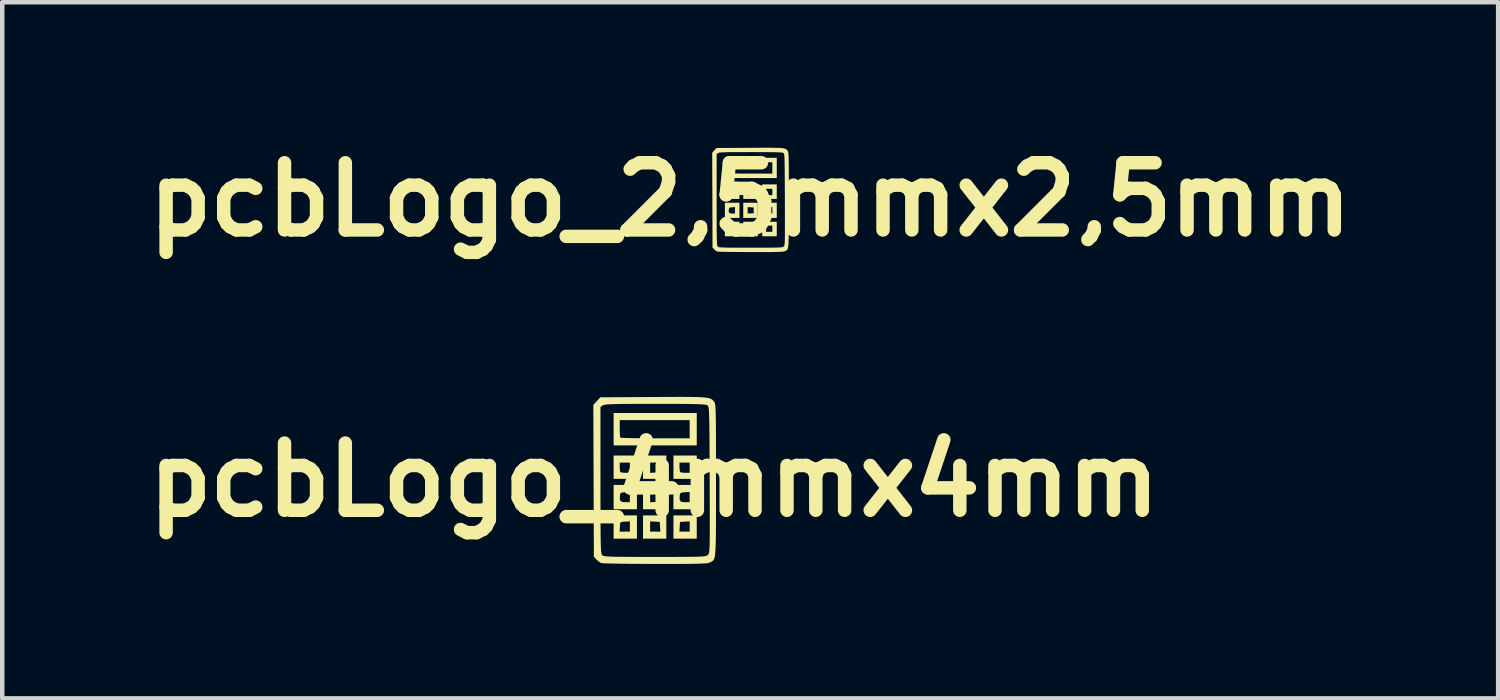
<source format=kicad_pcb>
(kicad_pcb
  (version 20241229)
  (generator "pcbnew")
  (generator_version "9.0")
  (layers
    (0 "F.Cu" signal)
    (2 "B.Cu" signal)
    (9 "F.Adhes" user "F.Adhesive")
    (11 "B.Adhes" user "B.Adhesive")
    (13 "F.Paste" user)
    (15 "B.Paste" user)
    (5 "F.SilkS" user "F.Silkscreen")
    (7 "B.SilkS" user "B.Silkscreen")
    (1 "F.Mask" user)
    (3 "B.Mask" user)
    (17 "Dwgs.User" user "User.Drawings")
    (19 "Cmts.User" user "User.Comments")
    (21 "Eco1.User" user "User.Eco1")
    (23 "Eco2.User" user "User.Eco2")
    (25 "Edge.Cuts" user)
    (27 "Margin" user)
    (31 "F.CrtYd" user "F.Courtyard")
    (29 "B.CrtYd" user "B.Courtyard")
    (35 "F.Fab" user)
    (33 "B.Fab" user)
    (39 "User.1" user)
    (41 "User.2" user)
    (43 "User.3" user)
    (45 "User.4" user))
  (footprint "pcbLogo_2,5mmx2,5mm"
    (layer "F.Cu")
    (at 13.693 1.404)
    (property "Reference" "pcbLogo_2,5mmx2,5mm" (at 0 0 0) (layer "F.SilkS") (effects (font (size 1.5 1.5) (thickness 0.3))))
    (attr board_only exclude_from_pos_files exclude_from_bom)
    (fp_poly (pts (xy -0.24 0.657) (xy -0.24 0.819) (xy -0.403 0.819) (xy -0.565 0.819) (xy -0.565 0.72) (xy -0.482 0.72) (xy -0.41 0.72) (xy -0.339 0.72) (xy -0.339 0.649) (xy -0.339 0.578) (xy -0.406 0.582) (xy -0.473 0.586) (xy -0.478 0.653) (xy -0.482 0.72) (xy -0.565 0.72) (xy -0.565 0.657) (xy -0.565 0.494) (xy -0.403 0.494) (xy -0.24 0.494)) (stroke (width 0) (type solid)) (fill yes) (layer "F.SilkS"))
    (fp_poly (pts (xy 0.17 -0.177) (xy 0.17 -0.014) (xy 0.007 -0.014) (xy -0.155 -0.014) (xy -0.155 -0.177) (xy -0.155 -0.24) (xy -0.057 -0.24) (xy -0.057 -0.169) (xy -0.057 -0.097) (xy 0.011 -0.102) (xy 0.078 -0.106) (xy 0.082 -0.173) (xy 0.086 -0.24) (xy 0.015 -0.24) (xy -0.057 -0.24) (xy -0.155 -0.24) (xy -0.155 -0.339) (xy 0.007 -0.339) (xy 0.17 -0.339)) (stroke (width 0) (type solid)) (fill yes) (layer "F.SilkS"))
    (fp_poly (pts (xy 0.17 0.24) (xy 0.17 0.41) (xy 0.007 0.41) (xy -0.155 0.41) (xy -0.155 0.24) (xy -0.155 0.168) (xy -0.057 0.168) (xy -0.057 0.24) (xy -0.057 0.312) (xy 0.011 0.308) (xy 0.078 0.304) (xy 0.078 0.24) (xy 0.078 0.177) (xy 0.011 0.172) (xy -0.057 0.168) (xy -0.155 0.168) (xy -0.155 0.071) (xy 0.007 0.071) (xy 0.17 0.071)) (stroke (width 0) (type solid)) (fill yes) (layer "F.SilkS"))
    (fp_poly (pts (xy 0.17 0.657) (xy 0.17 0.819) (xy 0.007 0.819) (xy -0.155 0.819) (xy -0.155 0.657) (xy -0.155 0.578) (xy -0.057 0.578) (xy -0.057 0.649) (xy -0.057 0.72) (xy 0.015 0.72) (xy 0.086 0.72) (xy 0.082 0.653) (xy 0.078 0.586) (xy 0.011 0.582) (xy -0.057 0.578) (xy -0.155 0.578) (xy -0.155 0.494) (xy 0.007 0.494) (xy 0.17 0.494)) (stroke (width 0) (type solid)) (fill yes) (layer "F.SilkS"))
    (fp_poly (pts (xy 0.593 0.657) (xy 0.593 0.819) (xy 0.431 0.819) (xy 0.268 0.819) (xy 0.268 0.72) (xy 0.352 0.72) (xy 0.423 0.72) (xy 0.494 0.72) (xy 0.494 0.649) (xy 0.494 0.578) (xy 0.427 0.582) (xy 0.36 0.586) (xy 0.356 0.653) (xy 0.352 0.72) (xy 0.268 0.72) (xy 0.268 0.657) (xy 0.268 0.494) (xy 0.431 0.494) (xy 0.593 0.494)) (stroke (width 0) (type solid)) (fill yes) (layer "F.SilkS"))
    (fp_poly (pts (xy -0.24 -0.177) (xy -0.24 -0.014) (xy -0.403 -0.014) (xy -0.565 -0.014) (xy -0.565 -0.177) (xy -0.565 -0.24) (xy -0.48 -0.24) (xy -0.48 -0.179) (xy -0.478 -0.139) (xy -0.473 -0.113) (xy -0.471 -0.108) (xy -0.452 -0.103) (xy -0.416 -0.099) (xy -0.4 -0.099) (xy -0.339 -0.099) (xy -0.339 -0.17) (xy -0.339 -0.24) (xy -0.41 -0.24) (xy -0.48 -0.24) (xy -0.565 -0.24) (xy -0.565 -0.339) (xy -0.403 -0.339) (xy -0.24 -0.339)) (stroke (width 0) (type solid)) (fill yes) (layer "F.SilkS"))
    (fp_poly (pts (xy -0.24 0.24) (xy -0.24 0.41) (xy -0.403 0.41) (xy -0.565 0.41) (xy -0.565 0.272) (xy -0.479 0.272) (xy -0.467 0.298) (xy -0.437 0.309) (xy -0.403 0.311) (xy -0.339 0.311) (xy -0.339 0.239) (xy -0.339 0.168) (xy -0.406 0.172) (xy -0.447 0.176) (xy -0.467 0.185) (xy -0.475 0.204) (xy -0.478 0.224) (xy -0.479 0.272) (xy -0.565 0.272) (xy -0.565 0.24) (xy -0.565 0.071) (xy -0.403 0.071) (xy -0.24 0.071)) (stroke (width 0) (type solid)) (fill yes) (layer "F.SilkS"))
    (fp_poly (pts (xy 0.593 -0.177) (xy 0.593 -0.014) (xy 0.431 -0.014) (xy 0.268 -0.014) (xy 0.268 -0.177) (xy 0.268 -0.24) (xy 0.353 -0.24) (xy 0.353 -0.179) (xy 0.355 -0.139) (xy 0.36 -0.113) (xy 0.363 -0.108) (xy 0.381 -0.103) (xy 0.417 -0.099) (xy 0.433 -0.099) (xy 0.494 -0.099) (xy 0.494 -0.17) (xy 0.494 -0.24) (xy 0.424 -0.24) (xy 0.353 -0.24) (xy 0.268 -0.24) (xy 0.268 -0.339) (xy 0.431 -0.339) (xy 0.593 -0.339)) (stroke (width 0) (type solid)) (fill yes) (layer "F.SilkS"))
    (fp_poly (pts (xy 0.593 0.24) (xy 0.593 0.41) (xy 0.431 0.41) (xy 0.268 0.41) (xy 0.268 0.272) (xy 0.355 0.272) (xy 0.366 0.298) (xy 0.396 0.309) (xy 0.43 0.311) (xy 0.494 0.311) (xy 0.494 0.239) (xy 0.494 0.168) (xy 0.427 0.172) (xy 0.387 0.176) (xy 0.366 0.185) (xy 0.358 0.204) (xy 0.356 0.224) (xy 0.355 0.272) (xy 0.268 0.272) (xy 0.268 0.24) (xy 0.268 0.071) (xy 0.431 0.071) (xy 0.593 0.071)) (stroke (width 0) (type solid)) (fill yes) (layer "F.SilkS"))
    (fp_poly (pts (xy 0.593 -0.706) (xy 0.593 -0.48) (xy 0.014 -0.48) (xy -0.565 -0.48) (xy -0.565 -0.706) (xy -0.565 -0.833) (xy -0.48 -0.833) (xy -0.48 -0.716) (xy -0.479 -0.661) (xy -0.476 -0.617) (xy -0.472 -0.592) (xy -0.471 -0.589) (xy -0.455 -0.586) (xy -0.414 -0.584) (xy -0.352 -0.583) (xy -0.271 -0.581) (xy -0.176 -0.58) (xy -0.069 -0.579) (xy 0.016 -0.579) (xy 0.494 -0.579) (xy 0.494 -0.706) (xy 0.494 -0.833) (xy 0.007 -0.833) (xy -0.48 -0.833) (xy -0.565 -0.833) (xy -0.565 -0.932) (xy 0.014 -0.932) (xy 0.593 -0.932)) (stroke (width 0) (type solid)) (fill yes) (layer "F.SilkS"))
    (fp_poly (pts (xy 0.421 -1.157) (xy 0.52 -1.156) (xy 0.6 -1.154) (xy 0.663 -1.152) (xy 0.712 -1.148) (xy 0.749 -1.143) (xy 0.776 -1.136) (xy 0.796 -1.127) (xy 0.811 -1.117) (xy 0.824 -1.104) (xy 0.834 -1.091) (xy 0.839 -1.084) (xy 0.844 -1.075) (xy 0.848 -1.062) (xy 0.851 -1.043) (xy 0.854 -1.017) (xy 0.856 -0.982) (xy 0.858 -0.935) (xy 0.859 -0.874) (xy 0.86 -0.798) (xy 0.861 -0.705) (xy 0.861 -0.592) (xy 0.862 -0.458) (xy 0.862 -0.301) (xy 0.862 -0.119) (xy 0.862 0.006) (xy 0.862 0.208) (xy 0.862 0.384) (xy 0.862 0.536) (xy 0.861 0.665) (xy 0.86 0.773) (xy 0.859 0.863) (xy 0.856 0.936) (xy 0.853 0.994) (xy 0.849 1.039) (xy 0.844 1.073) (xy 0.837 1.097) (xy 0.829 1.115) (xy 0.82 1.127) (xy 0.808 1.136) (xy 0.795 1.143) (xy 0.78 1.15) (xy 0.777 1.151) (xy 0.764 1.156) (xy 0.745 1.16) (xy 0.716 1.164) (xy 0.676 1.166) (xy 0.623 1.168) (xy 0.553 1.17) (xy 0.465 1.171) (xy 0.357 1.171) (xy 0.225 1.172) (xy 0.069 1.172) (xy 0.011 1.172) (xy -0.13 1.171) (xy -0.263 1.17) (xy -0.386 1.169) (xy -0.495 1.168) (xy -0.587 1.166) (xy -0.661 1.164) (xy -0.712 1.162) (xy -0.739 1.16) (xy -0.742 1.159) (xy -0.77 1.141) (xy -0.803 1.112) (xy -0.805 1.109) (xy -0.841 1.071) (xy -0.844 0.013) (xy -0.844 0.003) (xy -0.749 0.003) (xy -0.749 0.198) (xy -0.749 0.367) (xy -0.748 0.512) (xy -0.748 0.634) (xy -0.747 0.736) (xy -0.746 0.819) (xy -0.745 0.886) (xy -0.743 0.938) (xy -0.741 0.977) (xy -0.738 1.005) (xy -0.735 1.025) (xy -0.731 1.038) (xy -0.727 1.046) (xy -0.725 1.048) (xy -0.719 1.054) (xy -0.709 1.059) (xy -0.694 1.063) (xy -0.67 1.066) (xy -0.637 1.068) (xy -0.59 1.07) (xy -0.529 1.072) (xy -0.45 1.073) (xy -0.351 1.073) (xy -0.23 1.074) (xy -0.084 1.074) (xy 0.009 1.074) (xy 0.169 1.074) (xy 0.303 1.073) (xy 0.414 1.073) (xy 0.504 1.072) (xy 0.575 1.071) (xy 0.629 1.07) (xy 0.67 1.068) (xy 0.699 1.065) (xy 0.719 1.061) (xy 0.733 1.057) (xy 0.742 1.051) (xy 0.749 1.045) (xy 0.754 1.039) (xy 0.759 1.032) (xy 0.763 1.021) (xy 0.766 1.004) (xy 0.769 0.98) (xy 0.771 0.947) (xy 0.773 0.902) (xy 0.774 0.843) (xy 0.775 0.77) (xy 0.775 0.679) (xy 0.775 0.568) (xy 0.775 0.436) (xy 0.775 0.281) (xy 0.774 0.101) (xy 0.774 -0.001) (xy 0.773 -0.195) (xy 0.772 -0.363) (xy 0.771 -0.507) (xy 0.771 -0.628) (xy 0.77 -0.728) (xy 0.768 -0.811) (xy 0.767 -0.876) (xy 0.765 -0.927) (xy 0.763 -0.966) (xy 0.76 -0.994) (xy 0.757 -1.013) (xy 0.753 -1.026) (xy 0.749 -1.033) (xy 0.744 -1.038) (xy 0.742 -1.039) (xy 0.732 -1.044) (xy 0.713 -1.048) (xy 0.684 -1.051) (xy 0.642 -1.054) (xy 0.585 -1.056) (xy 0.51 -1.057) (xy 0.416 -1.058) (xy 0.3 -1.059) (xy 0.16 -1.059) (xy 0.015 -1.06) (xy -0.147 -1.059) (xy -0.282 -1.059) (xy -0.393 -1.059) (xy -0.484 -1.058) (xy -0.555 -1.056) (xy -0.611 -1.054) (xy -0.652 -1.052) (xy -0.681 -1.049) (xy -0.7 -1.045) (xy -0.713 -1.04) (xy -0.717 -1.038) (xy -0.749 -1.016) (xy -0.749 0.003) (xy -0.844 0.003) (xy -0.848 -1.045) (xy -0.8 -1.098) (xy -0.751 -1.151) (xy -0.012 -1.155) (xy 0.158 -1.156) (xy 0.301 -1.157)) (stroke (width 0) (type solid)) (fill yes) (layer "F.SilkS")))
  (footprint "pcbLogo_4mmx4mm"
    (layer "F.Cu")
    (at 11.55 7.66)
    (property "Reference" "pcbLogo_4mmx4mm" (at 0 0 0) (layer "F.SilkS") (effects (font (size 1.5 1.5) (thickness 0.3))))
    (attr board_only exclude_from_pos_files exclude_from_bom)
    (fp_poly (pts (xy -0.385 1.052) (xy -0.385 1.312) (xy -0.645 1.312) (xy -0.905 1.312) (xy -0.905 1.154) (xy -0.771 1.154) (xy -0.657 1.154) (xy -0.543 1.154) (xy -0.543 1.039) (xy -0.543 0.925) (xy -0.65 0.932) (xy -0.758 0.939) (xy -0.765 1.046) (xy -0.771 1.154) (xy -0.905 1.154) (xy -0.905 1.052) (xy -0.905 0.792) (xy -0.645 0.792) (xy -0.385 0.792)) (stroke (width 0) (type solid)) (fill yes) (layer "F.SilkS"))
    (fp_poly (pts (xy 0.271 -0.283) (xy 0.271 -0.023) (xy 0.011 -0.023) (xy -0.249 -0.023) (xy -0.249 -0.283) (xy -0.249 -0.385) (xy -0.09 -0.385) (xy -0.09 -0.27) (xy -0.09 -0.156) (xy 0.017 -0.163) (xy 0.124 -0.17) (xy 0.131 -0.277) (xy 0.138 -0.385) (xy 0.024 -0.385) (xy -0.09 -0.385) (xy -0.249 -0.385) (xy -0.249 -0.543) (xy 0.011 -0.543) (xy 0.271 -0.543)) (stroke (width 0) (type solid)) (fill yes) (layer "F.SilkS"))
    (fp_poly (pts (xy 0.271 0.385) (xy 0.271 0.656) (xy 0.011 0.656) (xy -0.249 0.656) (xy -0.249 0.385) (xy -0.249 0.269) (xy -0.09 0.269) (xy -0.09 0.385) (xy -0.09 0.5) (xy 0.017 0.493) (xy 0.124 0.486) (xy 0.124 0.385) (xy 0.124 0.283) (xy 0.017 0.276) (xy -0.09 0.269) (xy -0.249 0.269) (xy -0.249 0.113) (xy 0.011 0.113) (xy 0.271 0.113)) (stroke (width 0) (type solid)) (fill yes) (layer "F.SilkS"))
    (fp_poly (pts (xy 0.271 1.052) (xy 0.271 1.312) (xy 0.011 1.312) (xy -0.249 1.312) (xy -0.249 1.052) (xy -0.249 0.925) (xy -0.09 0.925) (xy -0.09 1.039) (xy -0.09 1.154) (xy 0.024 1.154) (xy 0.138 1.154) (xy 0.131 1.046) (xy 0.124 0.939) (xy 0.017 0.932) (xy -0.09 0.925) (xy -0.249 0.925) (xy -0.249 0.792) (xy 0.011 0.792) (xy 0.271 0.792)) (stroke (width 0) (type solid)) (fill yes) (layer "F.SilkS"))
    (fp_poly (pts (xy 0.95 1.052) (xy 0.95 1.312) (xy 0.69 1.312) (xy 0.43 1.312) (xy 0.43 1.154) (xy 0.563 1.154) (xy 0.677 1.154) (xy 0.792 1.154) (xy 0.792 1.039) (xy 0.792 0.925) (xy 0.684 0.932) (xy 0.577 0.939) (xy 0.57 1.046) (xy 0.563 1.154) (xy 0.43 1.154) (xy 0.43 1.052) (xy 0.43 0.792) (xy 0.69 0.792) (xy 0.95 0.792)) (stroke (width 0) (type solid)) (fill yes) (layer "F.SilkS"))
    (fp_poly (pts (xy -0.385 -0.283) (xy -0.385 -0.023) (xy -0.645 -0.023) (xy -0.905 -0.023) (xy -0.905 -0.283) (xy -0.905 -0.385) (xy -0.769 -0.385) (xy -0.769 -0.286) (xy -0.766 -0.223) (xy -0.758 -0.18) (xy -0.754 -0.173) (xy -0.724 -0.164) (xy -0.666 -0.159) (xy -0.641 -0.158) (xy -0.543 -0.158) (xy -0.543 -0.271) (xy -0.543 -0.385) (xy -0.656 -0.385) (xy -0.769 -0.385) (xy -0.905 -0.385) (xy -0.905 -0.543) (xy -0.645 -0.543) (xy -0.385 -0.543)) (stroke (width 0) (type solid)) (fill yes) (layer "F.SilkS"))
    (fp_poly (pts (xy -0.385 0.385) (xy -0.385 0.656) (xy -0.645 0.656) (xy -0.905 0.656) (xy -0.905 0.435) (xy -0.767 0.435) (xy -0.748 0.477) (xy -0.7 0.495) (xy -0.645 0.498) (xy -0.543 0.498) (xy -0.543 0.383) (xy -0.543 0.269) (xy -0.65 0.276) (xy -0.715 0.282) (xy -0.748 0.296) (xy -0.761 0.326) (xy -0.765 0.358) (xy -0.767 0.435) (xy -0.905 0.435) (xy -0.905 0.385) (xy -0.905 0.113) (xy -0.645 0.113) (xy -0.385 0.113)) (stroke (width 0) (type solid)) (fill yes) (layer "F.SilkS"))
    (fp_poly (pts (xy 0.95 -0.283) (xy 0.95 -0.023) (xy 0.69 -0.023) (xy 0.43 -0.023) (xy 0.43 -0.283) (xy 0.43 -0.385) (xy 0.565 -0.385) (xy 0.565 -0.286) (xy 0.569 -0.223) (xy 0.577 -0.18) (xy 0.581 -0.173) (xy 0.611 -0.164) (xy 0.668 -0.159) (xy 0.694 -0.158) (xy 0.792 -0.158) (xy 0.792 -0.271) (xy 0.792 -0.385) (xy 0.679 -0.385) (xy 0.565 -0.385) (xy 0.43 -0.385) (xy 0.43 -0.543) (xy 0.69 -0.543) (xy 0.95 -0.543)) (stroke (width 0) (type solid)) (fill yes) (layer "F.SilkS"))
    (fp_poly (pts (xy 0.95 0.385) (xy 0.95 0.656) (xy 0.69 0.656) (xy 0.43 0.656) (xy 0.43 0.435) (xy 0.568 0.435) (xy 0.587 0.477) (xy 0.634 0.495) (xy 0.689 0.498) (xy 0.792 0.498) (xy 0.792 0.383) (xy 0.792 0.269) (xy 0.684 0.276) (xy 0.619 0.282) (xy 0.587 0.296) (xy 0.573 0.326) (xy 0.57 0.358) (xy 0.568 0.435) (xy 0.43 0.435) (xy 0.43 0.385) (xy 0.43 0.113) (xy 0.69 0.113) (xy 0.95 0.113)) (stroke (width 0) (type solid)) (fill yes) (layer "F.SilkS"))
    (fp_poly (pts (xy 0.95 -1.131) (xy 0.95 -0.769) (xy 0.023 -0.769) (xy -0.905 -0.769) (xy -0.905 -1.131) (xy -0.905 -1.334) (xy -0.769 -1.334) (xy -0.769 -1.146) (xy -0.767 -1.058) (xy -0.763 -0.987) (xy -0.756 -0.947) (xy -0.754 -0.942) (xy -0.729 -0.939) (xy -0.663 -0.936) (xy -0.563 -0.933) (xy -0.434 -0.93) (xy -0.281 -0.929) (xy -0.11 -0.928) (xy 0.026 -0.927) (xy 0.792 -0.927) (xy 0.792 -1.131) (xy 0.792 -1.334) (xy 0.011 -1.334) (xy -0.769 -1.334) (xy -0.905 -1.334) (xy -0.905 -1.493) (xy 0.023 -1.493) (xy 0.95 -1.493)) (stroke (width 0) (type solid)) (fill yes) (layer "F.SilkS"))
    (fp_poly (pts (xy 0.674 -1.852) (xy 0.832 -1.851) (xy 0.96 -1.848) (xy 1.061 -1.844) (xy 1.14 -1.838) (xy 1.199 -1.829) (xy 1.243 -1.818) (xy 1.275 -1.804) (xy 1.299 -1.788) (xy 1.319 -1.767) (xy 1.335 -1.747) (xy 1.344 -1.735) (xy 1.351 -1.721) (xy 1.357 -1.7) (xy 1.362 -1.671) (xy 1.367 -1.629) (xy 1.37 -1.572) (xy 1.373 -1.496) (xy 1.375 -1.399) (xy 1.377 -1.278) (xy 1.378 -1.128) (xy 1.379 -0.948) (xy 1.379 -0.734) (xy 1.38 -0.482) (xy 1.38 -0.191) (xy 1.38 0.009) (xy 1.38 0.333) (xy 1.38 0.615) (xy 1.379 0.858) (xy 1.379 1.064) (xy 1.377 1.238) (xy 1.375 1.382) (xy 1.371 1.498) (xy 1.366 1.591) (xy 1.36 1.663) (xy 1.351 1.718) (xy 1.34 1.757) (xy 1.328 1.785) (xy 1.312 1.804) (xy 1.294 1.818) (xy 1.273 1.829) (xy 1.248 1.841) (xy 1.244 1.843) (xy 1.223 1.851) (xy 1.192 1.858) (xy 1.146 1.863) (xy 1.083 1.867) (xy 0.997 1.87) (xy 0.885 1.873) (xy 0.745 1.875) (xy 0.571 1.876) (xy 0.36 1.876) (xy 0.11 1.876) (xy 0.018 1.876) (xy -0.208 1.875) (xy -0.421 1.874) (xy -0.617 1.872) (xy -0.792 1.87) (xy -0.94 1.867) (xy -1.058 1.864) (xy -1.14 1.86) (xy -1.183 1.857) (xy -1.187 1.856) (xy -1.234 1.827) (xy -1.285 1.781) (xy -1.289 1.776) (xy -1.346 1.715) (xy -1.352 0.021) (xy -1.352 0.005) (xy -1.199 0.005) (xy -1.199 0.318) (xy -1.198 0.588) (xy -1.198 0.82) (xy -1.197 1.015) (xy -1.196 1.178) (xy -1.194 1.311) (xy -1.192 1.418) (xy -1.189 1.501) (xy -1.186 1.564) (xy -1.182 1.61) (xy -1.176 1.641) (xy -1.171 1.662) (xy -1.164 1.675) (xy -1.161 1.678) (xy -1.151 1.687) (xy -1.135 1.695) (xy -1.11 1.701) (xy -1.073 1.706) (xy -1.019 1.71) (xy -0.945 1.714) (xy -0.846 1.716) (xy -0.72 1.717) (xy -0.562 1.718) (xy -0.368 1.719) (xy -0.135 1.719) (xy 0.015 1.719) (xy 0.271 1.719) (xy 0.486 1.719) (xy 0.663 1.718) (xy 0.807 1.717) (xy 0.92 1.715) (xy 1.008 1.713) (xy 1.073 1.709) (xy 1.12 1.705) (xy 1.152 1.699) (xy 1.173 1.692) (xy 1.188 1.684) (xy 1.199 1.673) (xy 1.208 1.664) (xy 1.215 1.652) (xy 1.222 1.634) (xy 1.227 1.608) (xy 1.231 1.569) (xy 1.235 1.516) (xy 1.238 1.444) (xy 1.239 1.35) (xy 1.241 1.232) (xy 1.241 1.087) (xy 1.241 0.91) (xy 1.241 0.699) (xy 1.24 0.451) (xy 1.239 0.162) (xy 1.239 -0.002) (xy 1.238 -0.313) (xy 1.236 -0.582) (xy 1.235 -0.811) (xy 1.234 -1.005) (xy 1.232 -1.166) (xy 1.23 -1.298) (xy 1.228 -1.403) (xy 1.225 -1.485) (xy 1.221 -1.546) (xy 1.217 -1.591) (xy 1.212 -1.622) (xy 1.206 -1.642) (xy 1.199 -1.654) (xy 1.191 -1.662) (xy 1.189 -1.664) (xy 1.172 -1.672) (xy 1.142 -1.678) (xy 1.095 -1.683) (xy 1.028 -1.687) (xy 0.936 -1.69) (xy 0.817 -1.693) (xy 0.666 -1.695) (xy 0.481 -1.696) (xy 0.257 -1.696) (xy 0.023 -1.696) (xy -0.235 -1.696) (xy -0.451 -1.696) (xy -0.63 -1.695) (xy -0.775 -1.693) (xy -0.889 -1.691) (xy -0.978 -1.688) (xy -1.043 -1.684) (xy -1.09 -1.679) (xy -1.121 -1.673) (xy -1.142 -1.665) (xy -1.148 -1.661) (xy -1.199 -1.626) (xy -1.199 0.005) (xy -1.352 0.005) (xy -1.358 -1.673) (xy -1.28 -1.758) (xy -1.202 -1.843) (xy -0.019 -1.85) (xy 0.252 -1.851) (xy 0.482 -1.852)) (stroke (width 0) (type solid)) (fill yes) (layer "F.SilkS")))
  (gr_rect
    (start -3 -3)
    (end 30.386 12.536)
    (stroke (width 0.1) (type default))
    (fill no)
    (layer "Edge.Cuts")))
</source>
